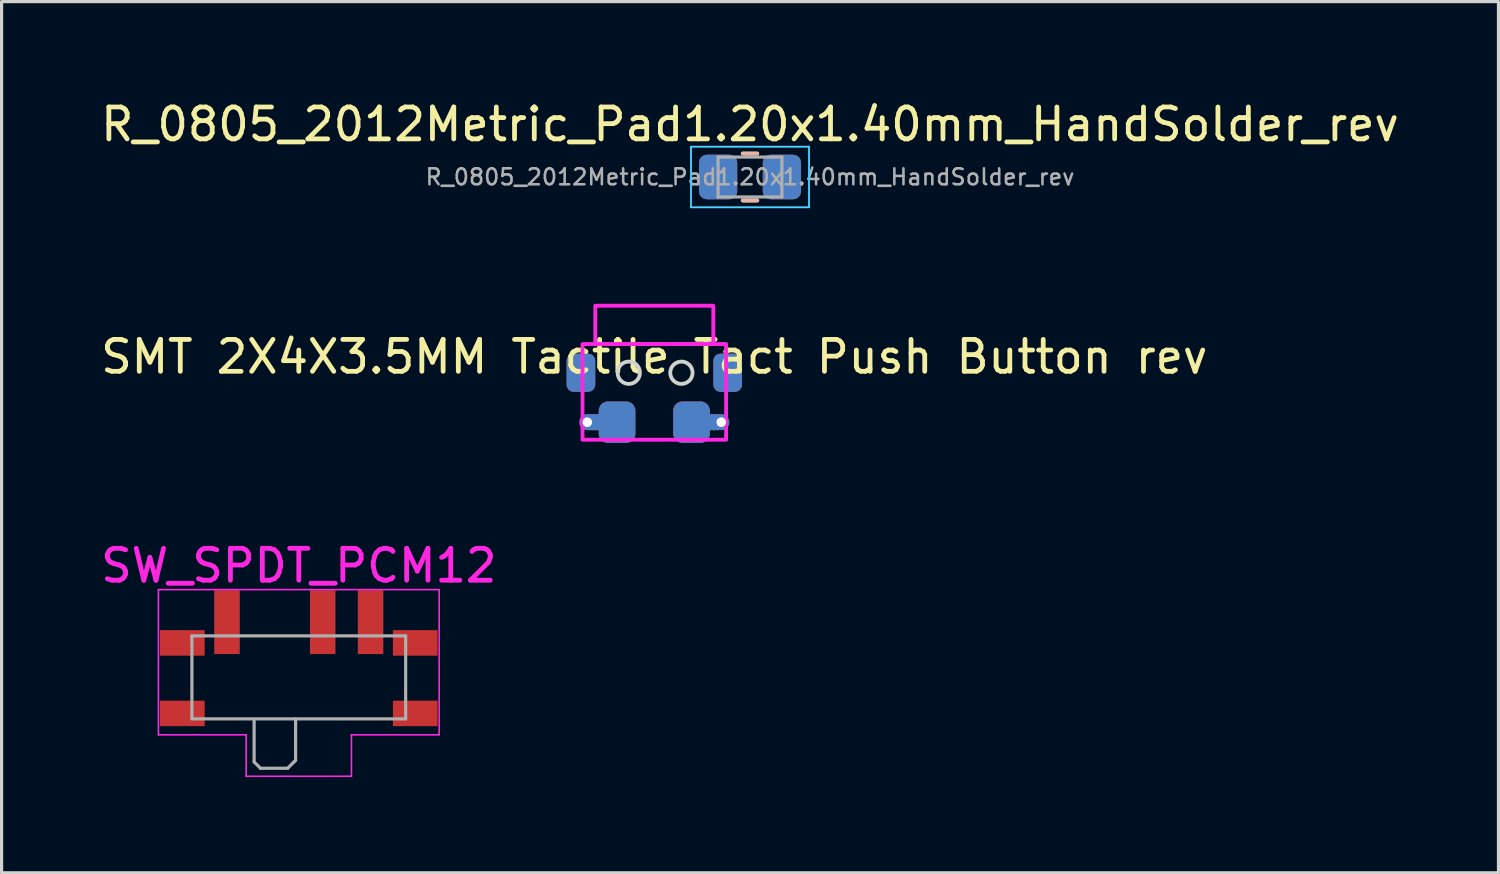
<source format=kicad_pcb>
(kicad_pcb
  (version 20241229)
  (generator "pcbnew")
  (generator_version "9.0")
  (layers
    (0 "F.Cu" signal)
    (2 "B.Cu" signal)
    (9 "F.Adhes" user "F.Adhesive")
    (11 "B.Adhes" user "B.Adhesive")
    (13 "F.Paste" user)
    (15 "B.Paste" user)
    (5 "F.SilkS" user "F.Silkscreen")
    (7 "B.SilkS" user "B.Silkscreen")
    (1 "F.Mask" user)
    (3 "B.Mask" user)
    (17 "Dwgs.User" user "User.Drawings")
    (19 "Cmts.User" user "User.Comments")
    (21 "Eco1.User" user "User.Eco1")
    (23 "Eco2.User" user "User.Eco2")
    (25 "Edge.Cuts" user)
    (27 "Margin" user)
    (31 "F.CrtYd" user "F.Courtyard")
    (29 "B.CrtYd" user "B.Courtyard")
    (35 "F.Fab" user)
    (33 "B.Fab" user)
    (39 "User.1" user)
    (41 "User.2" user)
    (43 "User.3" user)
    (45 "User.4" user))
  (footprint "SMT 2X4X3.5MM Tactile Tact Push Button rev"
    (layer "F.Cu")
    (at 17.458 8.633)
    (property "Reference" "SMT 2X4X3.5MM Tactile Tact Push Button rev" (at 0 -0.5 0) (unlocked yes) (layer "F.SilkS") (effects (font (size 1 1) (thickness 0.15))))
    (attr smd)
    (fp_circle (center -0.8 0) (end -0.45 0) (stroke (width 0.12) (type default)) (fill no) (layer "Edge.Cuts"))
    (fp_circle (center 0.85 0) (end 1.2 0) (stroke (width 0.12) (type default)) (fill no) (layer "Edge.Cuts"))
    (fp_rect (start -2.25 -0.9) (end 2.25 2.1) (stroke (width 0.12) (type default)) (fill no) (layer "F.CrtYd"))
    (fp_rect (start -1.85 -2.1) (end 1.85 -0.9) (stroke (width 0.12) (type default)) (fill no) (layer "F.CrtYd"))
    (pad "1" smd roundrect (at 1.167 1.55) (size 1.15 1.3) (layers "F.Cu" "F.Mask" "F.Paste") (roundrect_rratio 0.25))
    (pad "1" smd roundrect (at 1.167 1.55) (size 1.15 1.3) (layers "B.Cu" "B.Mask" "B.Paste") (roundrect_rratio 0.25))
    (pad "1" smd roundrect (at 1.575 1.55) (size 1.15 0.5) (layers "F.Cu" "F.Mask" "F.Paste") (roundrect_rratio 0.25))
    (pad "1" smd roundrect (at 1.575 1.55) (size 1.15 0.5) (layers "B.Cu" "B.Mask" "B.Paste") (roundrect_rratio 0.25))
    (pad "1" thru_hole circle (at 2.1 1.55) (size 0.5 0.5) (drill 0.3) (layers "*.Cu" "*.Mask"))
    (pad "2" thru_hole circle (at -2.1 1.55) (size 0.5 0.5) (drill 0.3) (layers "*.Cu" "*.Mask"))
    (pad "2" smd roundrect (at -1.575 1.55) (size 1.15 0.5) (layers "F.Cu" "F.Mask" "F.Paste") (roundrect_rratio 0.25))
    (pad "2" smd roundrect (at -1.575 1.55) (size 1.15 0.5) (layers "B.Cu" "B.Mask" "B.Paste") (roundrect_rratio 0.25))
    (pad "2" smd roundrect (at -1.167 1.55) (size 1.15 1.3) (layers "F.Cu" "F.Mask" "F.Paste") (roundrect_rratio 0.25))
    (pad "2" smd roundrect (at -1.167 1.55) (size 1.15 1.3) (layers "B.Cu" "B.Mask" "B.Paste") (roundrect_rratio 0.25))
    (pad "MP" smd roundrect (at -2.3 0) (size 0.9 1.2) (layers "F.Cu" "F.Mask" "F.Paste") (roundrect_rratio 0.25))
    (pad "MP" smd roundrect (at -2.3 0) (size 0.9 1.2) (layers "B.Cu" "B.Mask" "B.Paste") (roundrect_rratio 0.25))
    (pad "MP" smd roundrect (at 2.3 0) (size 0.9 1.2) (layers "F.Cu" "F.Mask" "F.Paste") (roundrect_rratio 0.25))
    (pad "MP" smd roundrect (at 2.3 0) (size 0.9 1.2) (layers "B.Cu" "B.Mask" "B.Paste") (roundrect_rratio 0.25)))
  (footprint "R_0805_2012Metric_Pad1.20x1.40mm_HandSolder_rev"
    (layer "F.Cu")
    (at 20.458 2.498)
    (property "Reference" "R_0805_2012Metric_Pad1.20x1.40mm_HandSolder_rev" (at 0 -1.65 0) (layer "F.SilkS") (effects (font (size 1 1) (thickness 0.15))))
    (attr smd)
    (fp_line (start -0.227 -0.735) (end 0.227 -0.735) (stroke (width 0.12) (type solid)) (layer "F.SilkS"))
    (fp_line (start -0.227 0.735) (end 0.227 0.735) (stroke (width 0.12) (type solid)) (layer "F.SilkS"))
    (fp_line (start -0.227 -0.735) (end 0.227 -0.735) (stroke (width 0.12) (type solid)) (layer "B.SilkS"))
    (fp_line (start -0.227 0.735) (end 0.227 0.735) (stroke (width 0.12) (type solid)) (layer "B.SilkS"))
    (fp_line (start -1.85 -0.95) (end -1.85 0.95) (stroke (width 0.05) (type solid)) (layer "B.CrtYd"))
    (fp_line (start -1.85 0.95) (end 1.85 0.95) (stroke (width 0.05) (type solid)) (layer "B.CrtYd"))
    (fp_line (start 1.85 -0.95) (end -1.85 -0.95) (stroke (width 0.05) (type solid)) (layer "B.CrtYd"))
    (fp_line (start 1.85 0.95) (end 1.85 -0.95) (stroke (width 0.05) (type solid)) (layer "B.CrtYd"))
    (fp_line (start -1.85 -0.95) (end 1.85 -0.95) (stroke (width 0.05) (type solid)) (layer "F.CrtYd"))
    (fp_line (start -1.85 0.95) (end -1.85 -0.95) (stroke (width 0.05) (type solid)) (layer "F.CrtYd"))
    (fp_line (start 1.85 -0.95) (end 1.85 0.95) (stroke (width 0.05) (type solid)) (layer "F.CrtYd"))
    (fp_line (start 1.85 0.95) (end -1.85 0.95) (stroke (width 0.05) (type solid)) (layer "F.CrtYd"))
    (fp_line (start -1 -0.625) (end 1 -0.625) (stroke (width 0.1) (type solid)) (layer "F.Fab"))
    (fp_line (start -1 0.625) (end -1 -0.625) (stroke (width 0.1) (type solid)) (layer "F.Fab"))
    (fp_line (start 1 -0.625) (end 1 0.625) (stroke (width 0.1) (type solid)) (layer "F.Fab"))
    (fp_line (start 1 0.625) (end -1 0.625) (stroke (width 0.1) (type solid)) (layer "F.Fab"))
    (fp_text user "${REFERENCE}" (at 0 0 0) (layer "F.Fab") (effects (font (size 0.5 0.5) (thickness 0.08))))
    (pad "1" smd roundrect (at -1 0) (size 1.2 1.4) (layers "F.Cu" "F.Mask" "F.Paste") (roundrect_rratio 0.208))
    (pad "1" smd roundrect (at -1 0 180) (size 1.2 1.4) (layers "B.Cu" "B.Mask" "B.Paste") (roundrect_rratio 0.208))
    (pad "2" smd roundrect (at 1 0) (size 1.2 1.4) (layers "F.Cu" "F.Mask" "F.Paste") (roundrect_rratio 0.208))
    (pad "2" smd roundrect (at 1 0 180) (size 1.2 1.4) (layers "B.Cu" "B.Mask" "B.Paste") (roundrect_rratio 0.208)))
  (footprint "SW_SPDT_PCM12"
    (layer "F.Cu")
    (at 6.315 17.881)
    (property "Reference" "SW_SPDT_PCM12" (at 0 -3.2 180) (layer "F.CrtYd") (effects (font (size 1 1) (thickness 0.15))))
    (attr smd)
    (fp_line (start -4.4 -2.45) (end 4.4 -2.45) (stroke (width 0.05) (type solid)) (layer "F.CrtYd"))
    (fp_line (start -4.4 2.1) (end -4.4 -2.45) (stroke (width 0.05) (type solid)) (layer "F.CrtYd"))
    (fp_line (start -1.65 2.1) (end -4.4 2.1) (stroke (width 0.05) (type solid)) (layer "F.CrtYd"))
    (fp_line (start -1.65 3.4) (end -1.65 2.1) (stroke (width 0.05) (type solid)) (layer "F.CrtYd"))
    (fp_line (start 1.65 2.1) (end 1.65 3.4) (stroke (width 0.05) (type solid)) (layer "F.CrtYd"))
    (fp_line (start 1.65 3.4) (end -1.65 3.4) (stroke (width 0.05) (type solid)) (layer "F.CrtYd"))
    (fp_line (start 4.4 -2.45) (end 4.4 2.1) (stroke (width 0.05) (type solid)) (layer "F.CrtYd"))
    (fp_line (start 4.4 2.1) (end 1.65 2.1) (stroke (width 0.05) (type solid)) (layer "F.CrtYd"))
    (fp_line (start -3.35 -1) (end -3.35 1.6) (stroke (width 0.1) (type solid)) (layer "F.Fab"))
    (fp_line (start -3.35 1.6) (end 3.35 1.6) (stroke (width 0.1) (type solid)) (layer "F.Fab"))
    (fp_line (start -1.4 1.65) (end -1.4 2.95) (stroke (width 0.1) (type solid)) (layer "F.Fab"))
    (fp_line (start -1.4 2.95) (end -1.2 3.15) (stroke (width 0.1) (type solid)) (layer "F.Fab"))
    (fp_line (start -1.2 3.15) (end -0.35 3.15) (stroke (width 0.1) (type solid)) (layer "F.Fab"))
    (fp_line (start -0.35 3.15) (end -0.15 2.95) (stroke (width 0.1) (type solid)) (layer "F.Fab"))
    (fp_line (start -0.15 2.95) (end -0.1 2.9) (stroke (width 0.1) (type solid)) (layer "F.Fab"))
    (fp_line (start -0.1 2.9) (end -0.1 1.6) (stroke (width 0.1) (type solid)) (layer "F.Fab"))
    (fp_line (start 3.35 -1) (end -3.35 -1) (stroke (width 0.1) (type solid)) (layer "F.Fab"))
    (fp_line (start 3.35 1.6) (end 3.35 -1) (stroke (width 0.1) (type solid)) (layer "F.Fab"))
    (pad "" smd rect (at -3.65 -0.78) (size 1.4 0.8) (layers "F.Cu" "F.Mask" "F.Paste"))
    (pad "" smd rect (at -3.65 1.43) (size 1.4 0.8) (layers "F.Cu" "F.Mask" "F.Paste"))
    (pad "" smd rect (at 3.65 -0.78) (size 1.4 0.8) (layers "F.Cu" "F.Mask" "F.Paste"))
    (pad "" smd rect (at 3.65 1.43) (size 1.4 0.8) (layers "F.Cu" "F.Mask" "F.Paste"))
    (pad "1" smd rect (at -2.25 -1.43) (size 0.8 2) (layers "F.Cu" "F.Mask" "F.Paste"))
    (pad "2" smd rect (at 0.75 -1.43) (size 0.8 2) (layers "F.Cu" "F.Mask" "F.Paste"))
    (pad "3" smd rect (at 2.25 -1.43) (size 0.8 2) (layers "F.Cu" "F.Mask" "F.Paste")))
  (gr_rect
    (start -3 -3)
    (end 43.917 24.306)
    (stroke (width 0.1) (type default))
    (fill no)
    (layer "Edge.Cuts")))
</source>
